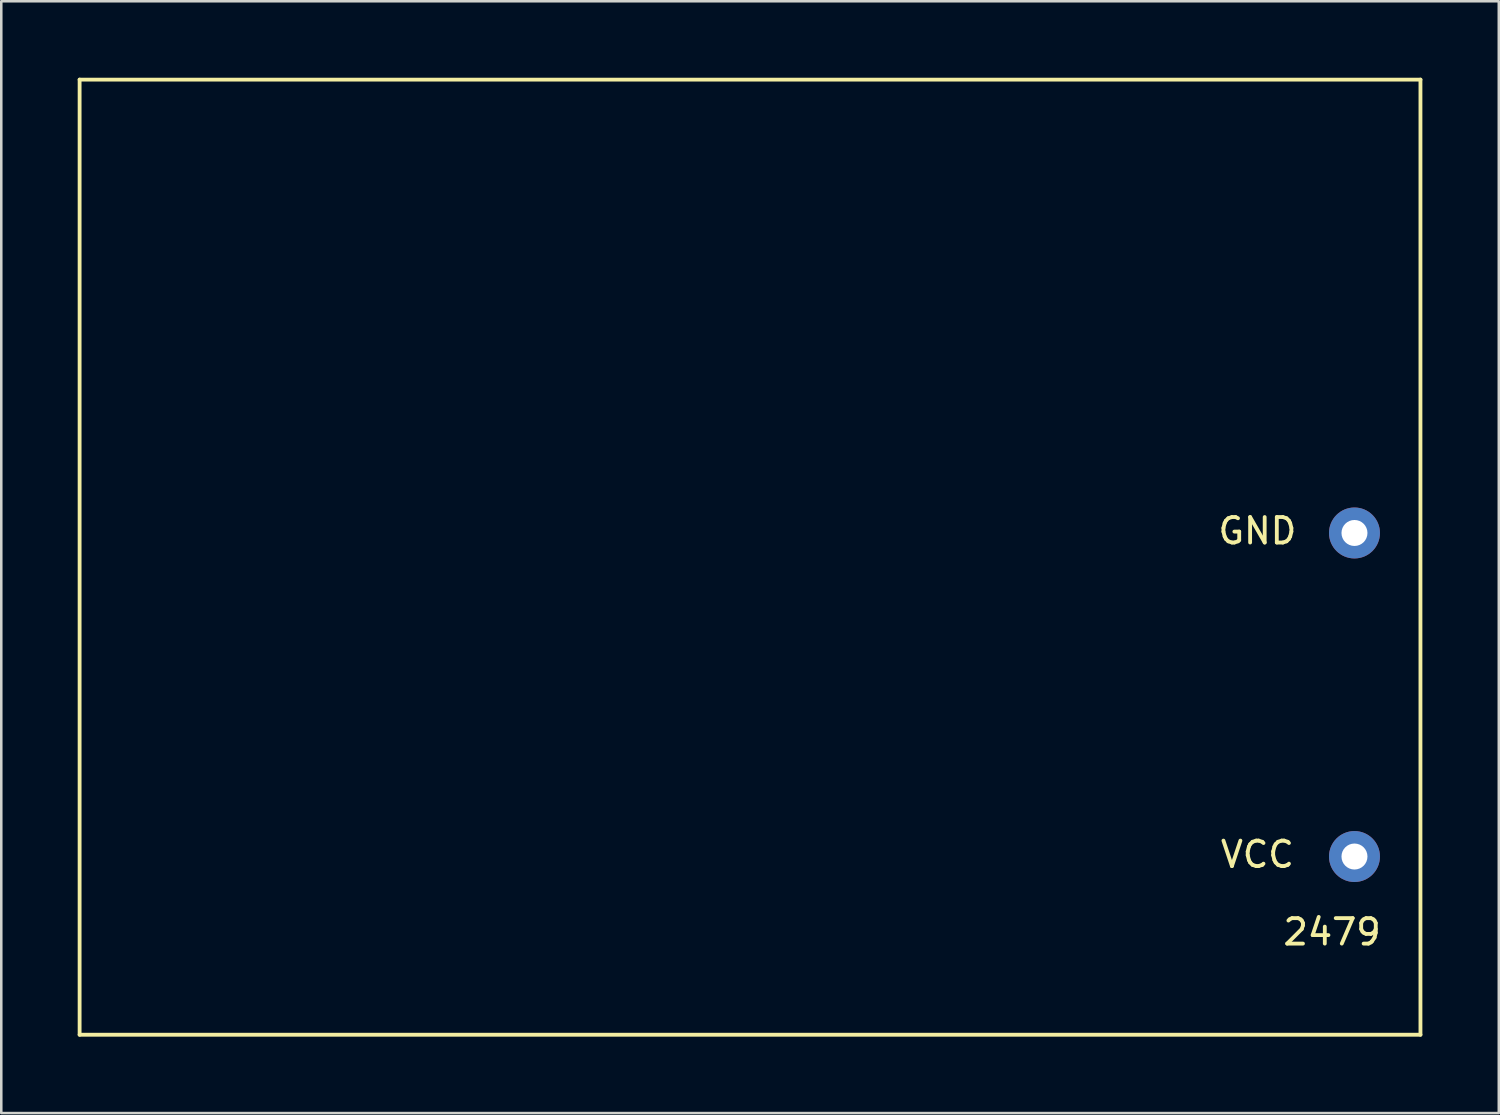
<source format=kicad_pcb>
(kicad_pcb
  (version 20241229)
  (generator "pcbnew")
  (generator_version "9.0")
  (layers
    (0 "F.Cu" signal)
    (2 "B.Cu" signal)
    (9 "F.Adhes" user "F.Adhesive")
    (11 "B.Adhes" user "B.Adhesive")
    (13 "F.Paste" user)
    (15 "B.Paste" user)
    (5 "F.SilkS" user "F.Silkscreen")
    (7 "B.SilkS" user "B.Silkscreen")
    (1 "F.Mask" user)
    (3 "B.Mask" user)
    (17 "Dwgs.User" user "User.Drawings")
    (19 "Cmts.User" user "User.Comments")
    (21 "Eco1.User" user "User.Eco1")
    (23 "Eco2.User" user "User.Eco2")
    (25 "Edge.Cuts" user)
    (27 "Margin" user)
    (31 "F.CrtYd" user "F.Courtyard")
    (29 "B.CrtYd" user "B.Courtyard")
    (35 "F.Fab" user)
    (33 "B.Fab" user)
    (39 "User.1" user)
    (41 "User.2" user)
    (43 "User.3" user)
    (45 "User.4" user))
  (footprint "2479"
    (layer "F.Cu")
    (at 50.115 22.87)
    (property "Reference" "2479" (at -0.879 10.663 0) (layer "F.SilkS") (effects (font (size 1 1) (thickness 0.15))))
    (attr through_hole)
    (fp_line (start -50.04 -22.795) (end -50.04 14.695) (stroke (width 0.15) (type solid)) (layer "F.SilkS"))
    (fp_line (start -50.04 -22.795) (end 2.59 -22.795) (stroke (width 0.15) (type solid)) (layer "F.SilkS"))
    (fp_line (start 2.59 -22.795) (end 2.59 14.695) (stroke (width 0.15) (type solid)) (layer "F.SilkS"))
    (fp_line (start 2.59 14.695) (end -50.04 14.695) (stroke (width 0.15) (type solid)) (layer "F.SilkS"))
    (fp_text user "GND" (at -3.81 -5.08 0) (layer "F.SilkS") (effects (font (size 1 1) (thickness 0.15))))
    (fp_text user "VCC" (at -3.81 7.62 0) (layer "F.SilkS") (effects (font (size 1 1) (thickness 0.15))))
    (pad "1" thru_hole circle (at 0 7.7) (size 2 2) (drill 1.02) (layers "*.Cu" "*.Mask"))
    (pad "2" thru_hole circle (at 0 -5) (size 2 2) (drill 1.02) (layers "*.Cu" "*.Mask")))
  (gr_rect
    (start -3 -3)
    (end 55.78 40.64)
    (stroke (width 0.1) (type default))
    (fill no)
    (layer "Edge.Cuts")))
</source>
